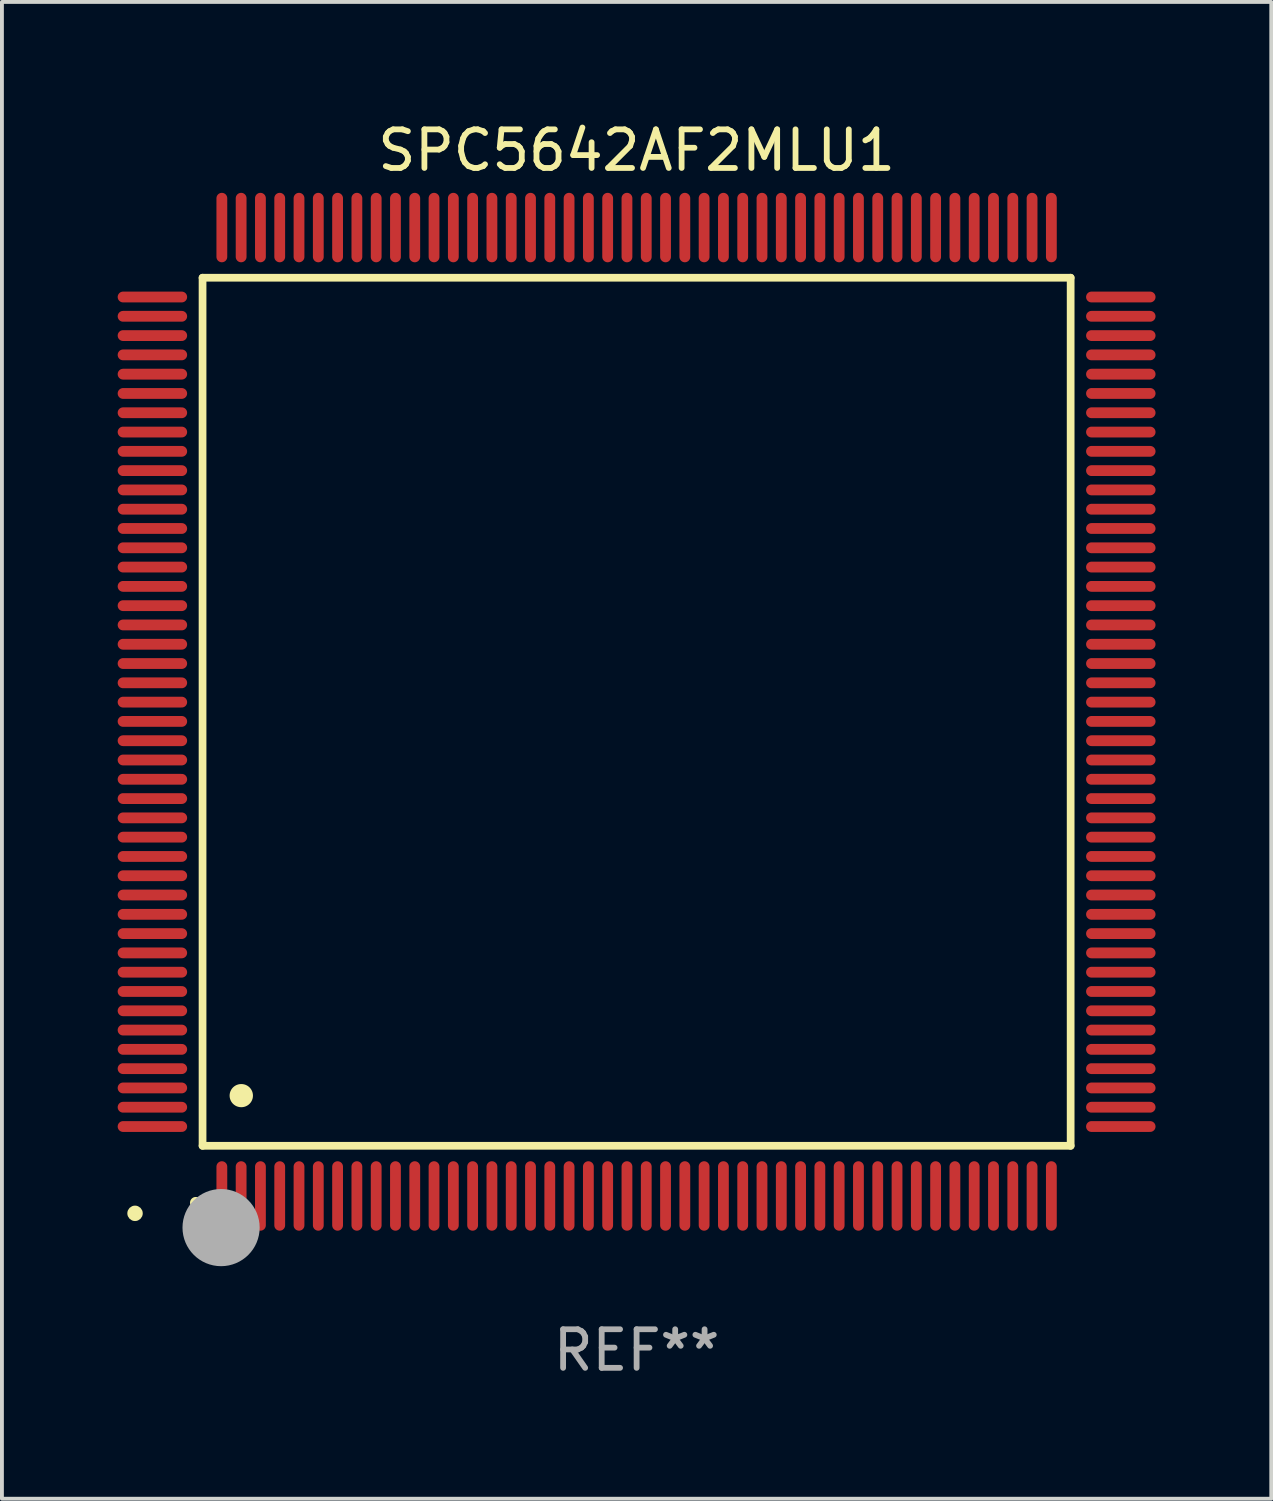
<source format=kicad_pcb>
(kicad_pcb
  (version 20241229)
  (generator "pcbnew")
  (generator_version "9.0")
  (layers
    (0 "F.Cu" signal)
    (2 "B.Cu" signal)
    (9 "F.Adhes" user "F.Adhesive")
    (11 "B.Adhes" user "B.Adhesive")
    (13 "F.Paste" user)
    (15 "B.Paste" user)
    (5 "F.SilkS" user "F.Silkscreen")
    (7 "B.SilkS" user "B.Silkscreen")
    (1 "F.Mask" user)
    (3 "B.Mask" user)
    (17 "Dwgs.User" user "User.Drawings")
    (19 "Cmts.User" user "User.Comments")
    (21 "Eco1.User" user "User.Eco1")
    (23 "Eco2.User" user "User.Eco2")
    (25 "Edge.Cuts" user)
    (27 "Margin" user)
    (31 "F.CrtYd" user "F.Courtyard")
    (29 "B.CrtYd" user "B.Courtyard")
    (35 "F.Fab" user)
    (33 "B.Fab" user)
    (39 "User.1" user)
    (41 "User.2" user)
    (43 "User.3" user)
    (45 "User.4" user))
  (footprint "SPC5642AF2MLU1"
    (layer "F.Cu")
    (at 13.45 15.398)
    (property "Reference" "SPC5642AF2MLU1" (at 0 -14.55 0) (layer "F.SilkS") (effects (font (size 1 1) (thickness 0.15))))
    (attr through_hole)
    (fp_line (start -11.25 -11.25) (end 11.25 -11.25) (stroke (width 0.2) (type solid)) (layer "F.SilkS"))
    (fp_line (start -11.25 11.25) (end -11.25 -11.25) (stroke (width 0.2) (type solid)) (layer "F.SilkS"))
    (fp_line (start 11.25 -11.25) (end 11.25 11.25) (stroke (width 0.2) (type solid)) (layer "F.SilkS"))
    (fp_line (start 11.25 11.25) (end -11.25 11.25) (stroke (width 0.2) (type solid)) (layer "F.SilkS"))
    (fp_arc (start -11.424943 12.725425) (mid -11.423673 12.72542) (end -11.422403 12.725425) (stroke (width 0.3) (type solid)) (layer "F.SilkS"))
    (fp_arc (start -10.24892 9.9492) (mid -10.24638 9.949189) (end -10.24384 9.9492) (stroke (width 0.6) (type solid)) (layer "F.SilkS"))
    (fp_circle (center -13 13) (end -12.9 13) (stroke (width 0.2) (type solid)) (fill no) (layer "F.SilkS"))
    (fp_circle (center -10.77 13.37) (end -10.27 13.37) (stroke (width 1) (type solid)) (fill no) (layer "F.Fab"))
    (fp_text user "REF**" (at 0 16.55 0) (layer "F.Fab") (effects (font (size 1 1) (thickness 0.15))))
    (pad "1" smd oval (at -10.75 12.55) (size 0.28 1.8) (layers "F.Cu" "F.Mask" "F.Paste"))
    (pad "2" smd oval (at -10.25 12.55) (size 0.28 1.8) (layers "F.Cu" "F.Mask" "F.Paste"))
    (pad "3" smd oval (at -9.75 12.55) (size 0.28 1.8) (layers "F.Cu" "F.Mask" "F.Paste"))
    (pad "4" smd oval (at -9.25 12.55) (size 0.28 1.8) (layers "F.Cu" "F.Mask" "F.Paste"))
    (pad "5" smd oval (at -8.75 12.55) (size 0.28 1.8) (layers "F.Cu" "F.Mask" "F.Paste"))
    (pad "6" smd oval (at -8.25 12.55) (size 0.28 1.8) (layers "F.Cu" "F.Mask" "F.Paste"))
    (pad "7" smd oval (at -7.75 12.55) (size 0.28 1.8) (layers "F.Cu" "F.Mask" "F.Paste"))
    (pad "8" smd oval (at -7.25 12.55) (size 0.28 1.8) (layers "F.Cu" "F.Mask" "F.Paste"))
    (pad "9" smd oval (at -6.75 12.55) (size 0.28 1.8) (layers "F.Cu" "F.Mask" "F.Paste"))
    (pad "10" smd oval (at -6.25 12.55) (size 0.28 1.8) (layers "F.Cu" "F.Mask" "F.Paste"))
    (pad "11" smd oval (at -5.75 12.55) (size 0.28 1.8) (layers "F.Cu" "F.Mask" "F.Paste"))
    (pad "12" smd oval (at -5.25 12.55) (size 0.28 1.8) (layers "F.Cu" "F.Mask" "F.Paste"))
    (pad "13" smd oval (at -4.75 12.55) (size 0.28 1.8) (layers "F.Cu" "F.Mask" "F.Paste"))
    (pad "14" smd oval (at -4.25 12.55) (size 0.28 1.8) (layers "F.Cu" "F.Mask" "F.Paste"))
    (pad "15" smd oval (at -3.75 12.55) (size 0.28 1.8) (layers "F.Cu" "F.Mask" "F.Paste"))
    (pad "16" smd oval (at -3.25 12.55) (size 0.28 1.8) (layers "F.Cu" "F.Mask" "F.Paste"))
    (pad "17" smd oval (at -2.75 12.55) (size 0.28 1.8) (layers "F.Cu" "F.Mask" "F.Paste"))
    (pad "18" smd oval (at -2.25 12.55) (size 0.28 1.8) (layers "F.Cu" "F.Mask" "F.Paste"))
    (pad "19" smd oval (at -1.75 12.55) (size 0.28 1.8) (layers "F.Cu" "F.Mask" "F.Paste"))
    (pad "20" smd oval (at -1.25 12.55) (size 0.28 1.8) (layers "F.Cu" "F.Mask" "F.Paste"))
    (pad "21" smd oval (at -0.75 12.55) (size 0.28 1.8) (layers "F.Cu" "F.Mask" "F.Paste"))
    (pad "22" smd oval (at -0.25 12.55) (size 0.28 1.8) (layers "F.Cu" "F.Mask" "F.Paste"))
    (pad "23" smd oval (at 0.25 12.55) (size 0.28 1.8) (layers "F.Cu" "F.Mask" "F.Paste"))
    (pad "24" smd oval (at 0.75 12.55) (size 0.28 1.8) (layers "F.Cu" "F.Mask" "F.Paste"))
    (pad "25" smd oval (at 1.25 12.55) (size 0.28 1.8) (layers "F.Cu" "F.Mask" "F.Paste"))
    (pad "26" smd oval (at 1.75 12.55) (size 0.28 1.8) (layers "F.Cu" "F.Mask" "F.Paste"))
    (pad "27" smd oval (at 2.25 12.55) (size 0.28 1.8) (layers "F.Cu" "F.Mask" "F.Paste"))
    (pad "28" smd oval (at 2.75 12.55) (size 0.28 1.8) (layers "F.Cu" "F.Mask" "F.Paste"))
    (pad "29" smd oval (at 3.25 12.55) (size 0.28 1.8) (layers "F.Cu" "F.Mask" "F.Paste"))
    (pad "30" smd oval (at 3.75 12.55) (size 0.28 1.8) (layers "F.Cu" "F.Mask" "F.Paste"))
    (pad "31" smd oval (at 4.25 12.55) (size 0.28 1.8) (layers "F.Cu" "F.Mask" "F.Paste"))
    (pad "32" smd oval (at 4.75 12.55) (size 0.28 1.8) (layers "F.Cu" "F.Mask" "F.Paste"))
    (pad "33" smd oval (at 5.25 12.55) (size 0.28 1.8) (layers "F.Cu" "F.Mask" "F.Paste"))
    (pad "34" smd oval (at 5.75 12.55) (size 0.28 1.8) (layers "F.Cu" "F.Mask" "F.Paste"))
    (pad "35" smd oval (at 6.25 12.55) (size 0.28 1.8) (layers "F.Cu" "F.Mask" "F.Paste"))
    (pad "36" smd oval (at 6.75 12.55) (size 0.28 1.8) (layers "F.Cu" "F.Mask" "F.Paste"))
    (pad "37" smd oval (at 7.25 12.55) (size 0.28 1.8) (layers "F.Cu" "F.Mask" "F.Paste"))
    (pad "38" smd oval (at 7.75 12.55) (size 0.28 1.8) (layers "F.Cu" "F.Mask" "F.Paste"))
    (pad "39" smd oval (at 8.25 12.55) (size 0.28 1.8) (layers "F.Cu" "F.Mask" "F.Paste"))
    (pad "40" smd oval (at 8.75 12.55) (size 0.28 1.8) (layers "F.Cu" "F.Mask" "F.Paste"))
    (pad "41" smd oval (at 9.25 12.55) (size 0.28 1.8) (layers "F.Cu" "F.Mask" "F.Paste"))
    (pad "42" smd oval (at 9.75 12.55) (size 0.28 1.8) (layers "F.Cu" "F.Mask" "F.Paste"))
    (pad "43" smd oval (at 10.25 12.55) (size 0.28 1.8) (layers "F.Cu" "F.Mask" "F.Paste"))
    (pad "44" smd oval (at 10.75 12.55) (size 0.28 1.8) (layers "F.Cu" "F.Mask" "F.Paste"))
    (pad "45" smd oval (at 12.55 10.75) (size 1.8 0.28) (layers "F.Cu" "F.Mask" "F.Paste"))
    (pad "46" smd oval (at 12.55 10.25) (size 1.8 0.28) (layers "F.Cu" "F.Mask" "F.Paste"))
    (pad "47" smd oval (at 12.55 9.75) (size 1.8 0.28) (layers "F.Cu" "F.Mask" "F.Paste"))
    (pad "48" smd oval (at 12.55 9.25) (size 1.8 0.28) (layers "F.Cu" "F.Mask" "F.Paste"))
    (pad "49" smd oval (at 12.55 8.75) (size 1.8 0.28) (layers "F.Cu" "F.Mask" "F.Paste"))
    (pad "50" smd oval (at 12.55 8.25) (size 1.8 0.28) (layers "F.Cu" "F.Mask" "F.Paste"))
    (pad "51" smd oval (at 12.55 7.75) (size 1.8 0.28) (layers "F.Cu" "F.Mask" "F.Paste"))
    (pad "52" smd oval (at 12.55 7.25) (size 1.8 0.28) (layers "F.Cu" "F.Mask" "F.Paste"))
    (pad "53" smd oval (at 12.55 6.75) (size 1.8 0.28) (layers "F.Cu" "F.Mask" "F.Paste"))
    (pad "54" smd oval (at 12.55 6.25) (size 1.8 0.28) (layers "F.Cu" "F.Mask" "F.Paste"))
    (pad "55" smd oval (at 12.55 5.75) (size 1.8 0.28) (layers "F.Cu" "F.Mask" "F.Paste"))
    (pad "56" smd oval (at 12.55 5.25) (size 1.8 0.28) (layers "F.Cu" "F.Mask" "F.Paste"))
    (pad "57" smd oval (at 12.55 4.75) (size 1.8 0.28) (layers "F.Cu" "F.Mask" "F.Paste"))
    (pad "58" smd oval (at 12.55 4.25) (size 1.8 0.28) (layers "F.Cu" "F.Mask" "F.Paste"))
    (pad "59" smd oval (at 12.55 3.75) (size 1.8 0.28) (layers "F.Cu" "F.Mask" "F.Paste"))
    (pad "60" smd oval (at 12.55 3.25) (size 1.8 0.28) (layers "F.Cu" "F.Mask" "F.Paste"))
    (pad "61" smd oval (at 12.55 2.75) (size 1.8 0.28) (layers "F.Cu" "F.Mask" "F.Paste"))
    (pad "62" smd oval (at 12.55 2.25) (size 1.8 0.28) (layers "F.Cu" "F.Mask" "F.Paste"))
    (pad "63" smd oval (at 12.55 1.75) (size 1.8 0.28) (layers "F.Cu" "F.Mask" "F.Paste"))
    (pad "64" smd oval (at 12.55 1.25) (size 1.8 0.28) (layers "F.Cu" "F.Mask" "F.Paste"))
    (pad "65" smd oval (at 12.55 0.75) (size 1.8 0.28) (layers "F.Cu" "F.Mask" "F.Paste"))
    (pad "66" smd oval (at 12.55 0.25) (size 1.8 0.28) (layers "F.Cu" "F.Mask" "F.Paste"))
    (pad "67" smd oval (at 12.55 -0.25) (size 1.8 0.28) (layers "F.Cu" "F.Mask" "F.Paste"))
    (pad "68" smd oval (at 12.55 -0.75) (size 1.8 0.28) (layers "F.Cu" "F.Mask" "F.Paste"))
    (pad "69" smd oval (at 12.55 -1.25) (size 1.8 0.28) (layers "F.Cu" "F.Mask" "F.Paste"))
    (pad "70" smd oval (at 12.55 -1.75) (size 1.8 0.28) (layers "F.Cu" "F.Mask" "F.Paste"))
    (pad "71" smd oval (at 12.55 -2.25) (size 1.8 0.28) (layers "F.Cu" "F.Mask" "F.Paste"))
    (pad "72" smd oval (at 12.55 -2.75) (size 1.8 0.28) (layers "F.Cu" "F.Mask" "F.Paste"))
    (pad "73" smd oval (at 12.55 -3.25) (size 1.8 0.28) (layers "F.Cu" "F.Mask" "F.Paste"))
    (pad "74" smd oval (at 12.55 -3.75) (size 1.8 0.28) (layers "F.Cu" "F.Mask" "F.Paste"))
    (pad "75" smd oval (at 12.55 -4.25) (size 1.8 0.28) (layers "F.Cu" "F.Mask" "F.Paste"))
    (pad "76" smd oval (at 12.55 -4.75) (size 1.8 0.28) (layers "F.Cu" "F.Mask" "F.Paste"))
    (pad "77" smd oval (at 12.55 -5.25) (size 1.8 0.28) (layers "F.Cu" "F.Mask" "F.Paste"))
    (pad "78" smd oval (at 12.55 -5.75) (size 1.8 0.28) (layers "F.Cu" "F.Mask" "F.Paste"))
    (pad "79" smd oval (at 12.55 -6.25) (size 1.8 0.28) (layers "F.Cu" "F.Mask" "F.Paste"))
    (pad "80" smd oval (at 12.55 -6.75) (size 1.8 0.28) (layers "F.Cu" "F.Mask" "F.Paste"))
    (pad "81" smd oval (at 12.55 -7.25) (size 1.8 0.28) (layers "F.Cu" "F.Mask" "F.Paste"))
    (pad "82" smd oval (at 12.55 -7.75) (size 1.8 0.28) (layers "F.Cu" "F.Mask" "F.Paste"))
    (pad "83" smd oval (at 12.55 -8.25) (size 1.8 0.28) (layers "F.Cu" "F.Mask" "F.Paste"))
    (pad "84" smd oval (at 12.55 -8.75) (size 1.8 0.28) (layers "F.Cu" "F.Mask" "F.Paste"))
    (pad "85" smd oval (at 12.55 -9.25) (size 1.8 0.28) (layers "F.Cu" "F.Mask" "F.Paste"))
    (pad "86" smd oval (at 12.55 -9.75) (size 1.8 0.28) (layers "F.Cu" "F.Mask" "F.Paste"))
    (pad "87" smd oval (at 12.55 -10.25) (size 1.8 0.28) (layers "F.Cu" "F.Mask" "F.Paste"))
    (pad "88" smd oval (at 12.55 -10.75) (size 1.8 0.28) (layers "F.Cu" "F.Mask" "F.Paste"))
    (pad "89" smd oval (at 10.75 -12.55) (size 0.28 1.8) (layers "F.Cu" "F.Mask" "F.Paste"))
    (pad "90" smd oval (at 10.25 -12.55) (size 0.28 1.8) (layers "F.Cu" "F.Mask" "F.Paste"))
    (pad "91" smd oval (at 9.75 -12.55) (size 0.28 1.8) (layers "F.Cu" "F.Mask" "F.Paste"))
    (pad "92" smd oval (at 9.25 -12.55) (size 0.28 1.8) (layers "F.Cu" "F.Mask" "F.Paste"))
    (pad "93" smd oval (at 8.75 -12.55) (size 0.28 1.8) (layers "F.Cu" "F.Mask" "F.Paste"))
    (pad "94" smd oval (at 8.25 -12.55) (size 0.28 1.8) (layers "F.Cu" "F.Mask" "F.Paste"))
    (pad "95" smd oval (at 7.75 -12.55) (size 0.28 1.8) (layers "F.Cu" "F.Mask" "F.Paste"))
    (pad "96" smd oval (at 7.25 -12.55) (size 0.28 1.8) (layers "F.Cu" "F.Mask" "F.Paste"))
    (pad "97" smd oval (at 6.75 -12.55) (size 0.28 1.8) (layers "F.Cu" "F.Mask" "F.Paste"))
    (pad "98" smd oval (at 6.25 -12.55) (size 0.28 1.8) (layers "F.Cu" "F.Mask" "F.Paste"))
    (pad "99" smd oval (at 5.75 -12.55) (size 0.28 1.8) (layers "F.Cu" "F.Mask" "F.Paste"))
    (pad "100" smd oval (at 5.25 -12.55) (size 0.28 1.8) (layers "F.Cu" "F.Mask" "F.Paste"))
    (pad "101" smd oval (at 4.75 -12.55) (size 0.28 1.8) (layers "F.Cu" "F.Mask" "F.Paste"))
    (pad "102" smd oval (at 4.25 -12.55) (size 0.28 1.8) (layers "F.Cu" "F.Mask" "F.Paste"))
    (pad "103" smd oval (at 3.75 -12.55) (size 0.28 1.8) (layers "F.Cu" "F.Mask" "F.Paste"))
    (pad "104" smd oval (at 3.25 -12.55) (size 0.28 1.8) (layers "F.Cu" "F.Mask" "F.Paste"))
    (pad "105" smd oval (at 2.75 -12.55) (size 0.28 1.8) (layers "F.Cu" "F.Mask" "F.Paste"))
    (pad "106" smd oval (at 2.25 -12.55) (size 0.28 1.8) (layers "F.Cu" "F.Mask" "F.Paste"))
    (pad "107" smd oval (at 1.75 -12.55) (size 0.28 1.8) (layers "F.Cu" "F.Mask" "F.Paste"))
    (pad "108" smd oval (at 1.25 -12.55) (size 0.28 1.8) (layers "F.Cu" "F.Mask" "F.Paste"))
    (pad "109" smd oval (at 0.75 -12.55) (size 0.28 1.8) (layers "F.Cu" "F.Mask" "F.Paste"))
    (pad "110" smd oval (at 0.25 -12.55) (size 0.28 1.8) (layers "F.Cu" "F.Mask" "F.Paste"))
    (pad "111" smd oval (at -0.25 -12.55) (size 0.28 1.8) (layers "F.Cu" "F.Mask" "F.Paste"))
    (pad "112" smd oval (at -0.75 -12.55) (size 0.28 1.8) (layers "F.Cu" "F.Mask" "F.Paste"))
    (pad "113" smd oval (at -1.25 -12.55) (size 0.28 1.8) (layers "F.Cu" "F.Mask" "F.Paste"))
    (pad "114" smd oval (at -1.75 -12.55) (size 0.28 1.8) (layers "F.Cu" "F.Mask" "F.Paste"))
    (pad "115" smd oval (at -2.25 -12.55) (size 0.28 1.8) (layers "F.Cu" "F.Mask" "F.Paste"))
    (pad "116" smd oval (at -2.75 -12.55) (size 0.28 1.8) (layers "F.Cu" "F.Mask" "F.Paste"))
    (pad "117" smd oval (at -3.25 -12.55) (size 0.28 1.8) (layers "F.Cu" "F.Mask" "F.Paste"))
    (pad "118" smd oval (at -3.75 -12.55) (size 0.28 1.8) (layers "F.Cu" "F.Mask" "F.Paste"))
    (pad "119" smd oval (at -4.25 -12.55) (size 0.28 1.8) (layers "F.Cu" "F.Mask" "F.Paste"))
    (pad "120" smd oval (at -4.75 -12.55) (size 0.28 1.8) (layers "F.Cu" "F.Mask" "F.Paste"))
    (pad "121" smd oval (at -5.25 -12.55) (size 0.28 1.8) (layers "F.Cu" "F.Mask" "F.Paste"))
    (pad "122" smd oval (at -5.75 -12.55) (size 0.28 1.8) (layers "F.Cu" "F.Mask" "F.Paste"))
    (pad "123" smd oval (at -6.25 -12.55) (size 0.28 1.8) (layers "F.Cu" "F.Mask" "F.Paste"))
    (pad "124" smd oval (at -6.75 -12.55) (size 0.28 1.8) (layers "F.Cu" "F.Mask" "F.Paste"))
    (pad "125" smd oval (at -7.25 -12.55) (size 0.28 1.8) (layers "F.Cu" "F.Mask" "F.Paste"))
    (pad "126" smd oval (at -7.75 -12.55) (size 0.28 1.8) (layers "F.Cu" "F.Mask" "F.Paste"))
    (pad "127" smd oval (at -8.25 -12.55) (size 0.28 1.8) (layers "F.Cu" "F.Mask" "F.Paste"))
    (pad "128" smd oval (at -8.75 -12.55) (size 0.28 1.8) (layers "F.Cu" "F.Mask" "F.Paste"))
    (pad "129" smd oval (at -9.25 -12.55) (size 0.28 1.8) (layers "F.Cu" "F.Mask" "F.Paste"))
    (pad "130" smd oval (at -9.75 -12.55) (size 0.28 1.8) (layers "F.Cu" "F.Mask" "F.Paste"))
    (pad "131" smd oval (at -10.25 -12.55) (size 0.28 1.8) (layers "F.Cu" "F.Mask" "F.Paste"))
    (pad "132" smd oval (at -10.75 -12.55) (size 0.28 1.8) (layers "F.Cu" "F.Mask" "F.Paste"))
    (pad "133" smd oval (at -12.55 -10.75) (size 1.8 0.28) (layers "F.Cu" "F.Mask" "F.Paste"))
    (pad "134" smd oval (at -12.55 -10.25) (size 1.8 0.28) (layers "F.Cu" "F.Mask" "F.Paste"))
    (pad "135" smd oval (at -12.55 -9.75) (size 1.8 0.28) (layers "F.Cu" "F.Mask" "F.Paste"))
    (pad "136" smd oval (at -12.55 -9.25) (size 1.8 0.28) (layers "F.Cu" "F.Mask" "F.Paste"))
    (pad "137" smd oval (at -12.55 -8.75) (size 1.8 0.28) (layers "F.Cu" "F.Mask" "F.Paste"))
    (pad "138" smd oval (at -12.55 -8.25) (size 1.8 0.28) (layers "F.Cu" "F.Mask" "F.Paste"))
    (pad "139" smd oval (at -12.55 -7.75) (size 1.8 0.28) (layers "F.Cu" "F.Mask" "F.Paste"))
    (pad "140" smd oval (at -12.55 -7.25) (size 1.8 0.28) (layers "F.Cu" "F.Mask" "F.Paste"))
    (pad "141" smd oval (at -12.55 -6.75) (size 1.8 0.28) (layers "F.Cu" "F.Mask" "F.Paste"))
    (pad "142" smd oval (at -12.55 -6.25) (size 1.8 0.28) (layers "F.Cu" "F.Mask" "F.Paste"))
    (pad "143" smd oval (at -12.55 -5.75) (size 1.8 0.28) (layers "F.Cu" "F.Mask" "F.Paste"))
    (pad "144" smd oval (at -12.55 -5.25) (size 1.8 0.28) (layers "F.Cu" "F.Mask" "F.Paste"))
    (pad "145" smd oval (at -12.55 -4.75) (size 1.8 0.28) (layers "F.Cu" "F.Mask" "F.Paste"))
    (pad "146" smd oval (at -12.55 -4.25) (size 1.8 0.28) (layers "F.Cu" "F.Mask" "F.Paste"))
    (pad "147" smd oval (at -12.55 -3.75) (size 1.8 0.28) (layers "F.Cu" "F.Mask" "F.Paste"))
    (pad "148" smd oval (at -12.55 -3.25) (size 1.8 0.28) (layers "F.Cu" "F.Mask" "F.Paste"))
    (pad "149" smd oval (at -12.55 -2.75) (size 1.8 0.28) (layers "F.Cu" "F.Mask" "F.Paste"))
    (pad "150" smd oval (at -12.55 -2.25) (size 1.8 0.28) (layers "F.Cu" "F.Mask" "F.Paste"))
    (pad "151" smd oval (at -12.55 -1.75) (size 1.8 0.28) (layers "F.Cu" "F.Mask" "F.Paste"))
    (pad "152" smd oval (at -12.55 -1.25) (size 1.8 0.28) (layers "F.Cu" "F.Mask" "F.Paste"))
    (pad "153" smd oval (at -12.55 -0.75) (size 1.8 0.28) (layers "F.Cu" "F.Mask" "F.Paste"))
    (pad "154" smd oval (at -12.55 -0.25) (size 1.8 0.28) (layers "F.Cu" "F.Mask" "F.Paste"))
    (pad "155" smd oval (at -12.55 0.25) (size 1.8 0.28) (layers "F.Cu" "F.Mask" "F.Paste"))
    (pad "156" smd oval (at -12.55 0.75) (size 1.8 0.28) (layers "F.Cu" "F.Mask" "F.Paste"))
    (pad "157" smd oval (at -12.55 1.25) (size 1.8 0.28) (layers "F.Cu" "F.Mask" "F.Paste"))
    (pad "158" smd oval (at -12.55 1.75) (size 1.8 0.28) (layers "F.Cu" "F.Mask" "F.Paste"))
    (pad "159" smd oval (at -12.55 2.25) (size 1.8 0.28) (layers "F.Cu" "F.Mask" "F.Paste"))
    (pad "160" smd oval (at -12.55 2.75) (size 1.8 0.28) (layers "F.Cu" "F.Mask" "F.Paste"))
    (pad "161" smd oval (at -12.55 3.25) (size 1.8 0.28) (layers "F.Cu" "F.Mask" "F.Paste"))
    (pad "162" smd oval (at -12.55 3.75) (size 1.8 0.28) (layers "F.Cu" "F.Mask" "F.Paste"))
    (pad "163" smd oval (at -12.55 4.25) (size 1.8 0.28) (layers "F.Cu" "F.Mask" "F.Paste"))
    (pad "164" smd oval (at -12.55 4.75) (size 1.8 0.28) (layers "F.Cu" "F.Mask" "F.Paste"))
    (pad "165" smd oval (at -12.55 5.25) (size 1.8 0.28) (layers "F.Cu" "F.Mask" "F.Paste"))
    (pad "166" smd oval (at -12.55 5.75) (size 1.8 0.28) (layers "F.Cu" "F.Mask" "F.Paste"))
    (pad "167" smd oval (at -12.55 6.25) (size 1.8 0.28) (layers "F.Cu" "F.Mask" "F.Paste"))
    (pad "168" smd oval (at -12.55 6.75) (size 1.8 0.28) (layers "F.Cu" "F.Mask" "F.Paste"))
    (pad "169" smd oval (at -12.55 7.25) (size 1.8 0.28) (layers "F.Cu" "F.Mask" "F.Paste"))
    (pad "170" smd oval (at -12.55 7.75) (size 1.8 0.28) (layers "F.Cu" "F.Mask" "F.Paste"))
    (pad "171" smd oval (at -12.55 8.25) (size 1.8 0.28) (layers "F.Cu" "F.Mask" "F.Paste"))
    (pad "172" smd oval (at -12.55 8.75) (size 1.8 0.28) (layers "F.Cu" "F.Mask" "F.Paste"))
    (pad "173" smd oval (at -12.55 9.25) (size 1.8 0.28) (layers "F.Cu" "F.Mask" "F.Paste"))
    (pad "174" smd oval (at -12.55 9.75) (size 1.8 0.28) (layers "F.Cu" "F.Mask" "F.Paste"))
    (pad "175" smd oval (at -12.55 10.25) (size 1.8 0.28) (layers "F.Cu" "F.Mask" "F.Paste"))
    (pad "176" smd oval (at -12.55 10.75) (size 1.8 0.28) (layers "F.Cu" "F.Mask" "F.Paste")))
  (gr_rect
    (start -3 -3)
    (end 29.9 35.796)
    (stroke (width 0.1) (type default))
    (fill no)
    (layer "Edge.Cuts")))
</source>
